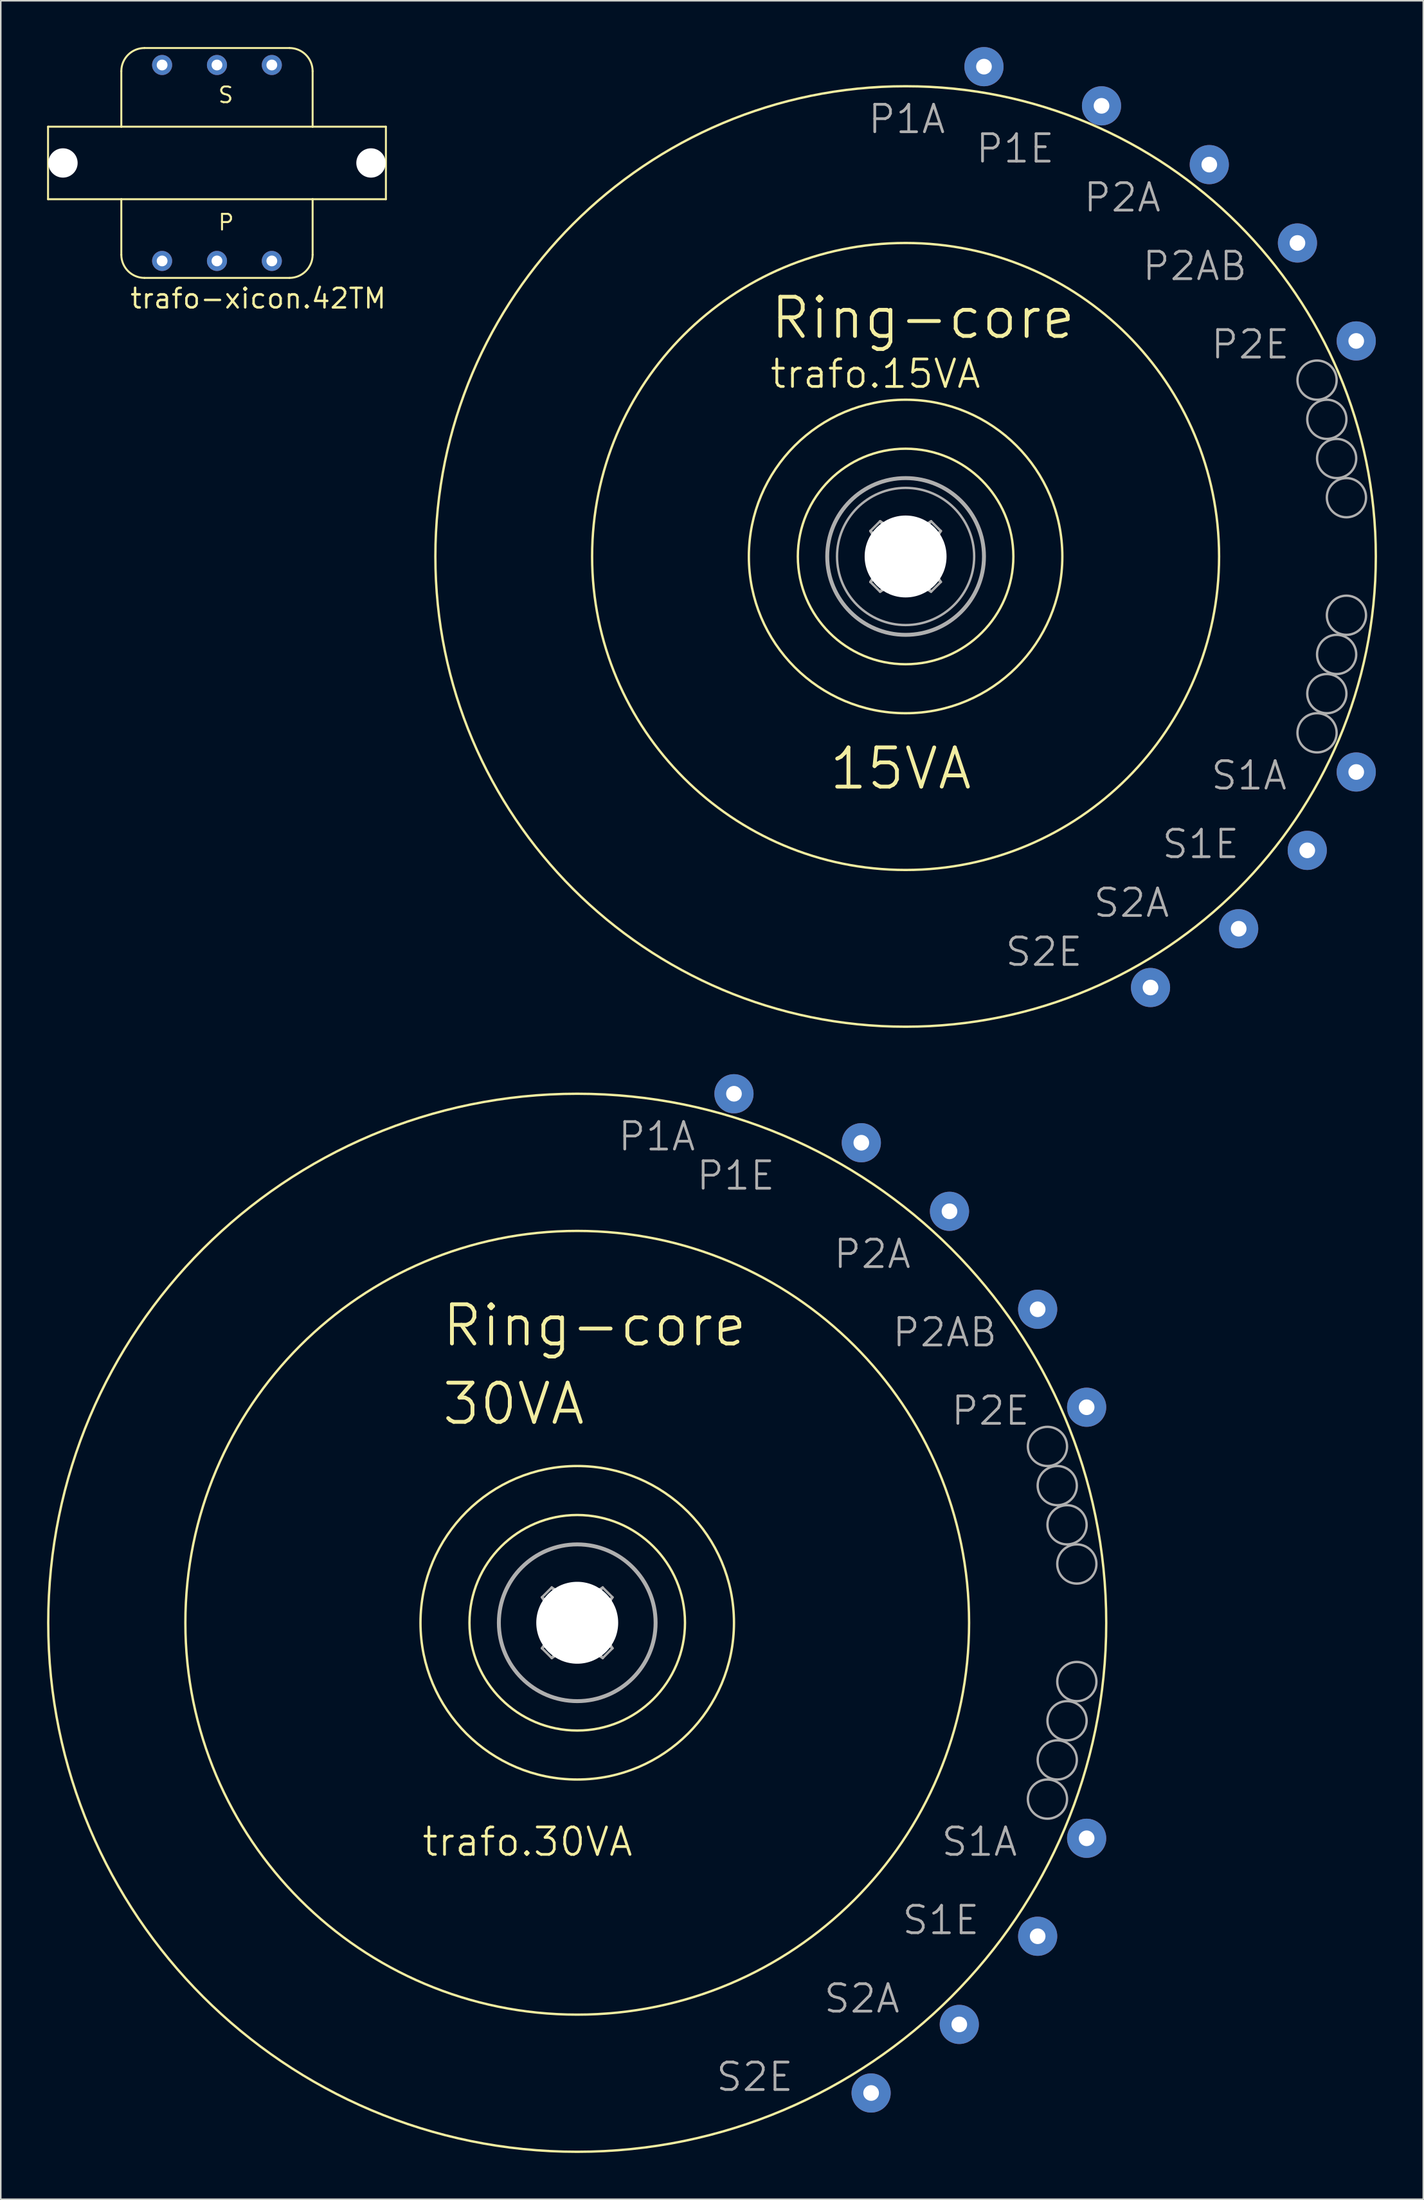
<source format=kicad_pcb>
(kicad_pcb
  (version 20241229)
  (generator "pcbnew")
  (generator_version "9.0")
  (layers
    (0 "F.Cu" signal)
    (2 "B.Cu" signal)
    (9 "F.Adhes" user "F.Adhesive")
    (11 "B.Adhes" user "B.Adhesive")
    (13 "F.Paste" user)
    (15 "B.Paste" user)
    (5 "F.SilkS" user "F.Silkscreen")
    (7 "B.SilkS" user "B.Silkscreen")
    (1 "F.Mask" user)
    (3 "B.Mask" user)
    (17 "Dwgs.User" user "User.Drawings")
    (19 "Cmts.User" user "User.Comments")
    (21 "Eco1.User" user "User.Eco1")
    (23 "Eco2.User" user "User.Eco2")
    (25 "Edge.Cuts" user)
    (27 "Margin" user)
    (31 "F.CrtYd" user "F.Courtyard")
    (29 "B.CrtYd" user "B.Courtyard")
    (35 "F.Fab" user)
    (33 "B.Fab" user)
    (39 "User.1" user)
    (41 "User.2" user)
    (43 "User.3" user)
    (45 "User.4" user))
  (footprint "trafo.30VA"
    (layer "F.Cu")
    (at 34.366 102.136)
    (property "Reference" "trafo.30VA" (at -10.16 15.24 0) (layer "F.SilkS") (effects (font (size 1.778 1.778) (thickness 0.18)) (justify left bottom)))
    (attr through_hole)
    (fp_circle (center 0 0) (end 6.985 0) (stroke (width 0.152) (type default)) (fill no) (layer "F.SilkS"))
    (fp_circle (center 0 0) (end 10.16 0) (stroke (width 0.152) (type default)) (fill no) (layer "F.SilkS"))
    (fp_circle (center 0 0) (end 25.4 0) (stroke (width 0.152) (type default)) (fill no) (layer "F.SilkS"))
    (fp_circle (center 0 0) (end 34.29 0) (stroke (width 0.152) (type default)) (fill no) (layer "F.SilkS"))
    (fp_line (start -2.286 -1.651) (end -1.651 -2.286) (stroke (width 0.152) (type default)) (layer "F.Fab"))
    (fp_line (start -2.286 -1.651) (end -1.27 0) (stroke (width 0.152) (type default)) (layer "F.Fab"))
    (fp_line (start -2.286 1.651) (end -1.651 2.286) (stroke (width 0.152) (type default)) (layer "F.Fab"))
    (fp_line (start -1.651 2.286) (end 0 1.27) (stroke (width 0.152) (type default)) (layer "F.Fab"))
    (fp_line (start -1.27 0) (end -2.286 1.651) (stroke (width 0.152) (type default)) (layer "F.Fab"))
    (fp_line (start -1.27 0) (end -0.635 0) (stroke (width 0.152) (type default)) (layer "F.Fab"))
    (fp_line (start -1.143 -0.762) (end -2.286 -1.651) (stroke (width 0.152) (type default)) (layer "F.Fab"))
    (fp_line (start -1.143 0.762) (end -2.286 1.651) (stroke (width 0.152) (type default)) (layer "F.Fab"))
    (fp_line (start -0.762 -1.143) (end -1.651 -2.286) (stroke (width 0.152) (type default)) (layer "F.Fab"))
    (fp_line (start -0.762 -1.143) (end -1.143 -0.762) (stroke (width 0.152) (type default)) (layer "F.Fab"))
    (fp_line (start -0.762 1.143) (end -1.651 2.286) (stroke (width 0.152) (type default)) (layer "F.Fab"))
    (fp_line (start -0.762 1.143) (end -1.143 0.762) (stroke (width 0.152) (type default)) (layer "F.Fab"))
    (fp_line (start -0.635 0) (end -1.143 -0.762) (stroke (width 0.152) (type default)) (layer "F.Fab"))
    (fp_line (start -0.635 0) (end -1.143 0.762) (stroke (width 0.152) (type default)) (layer "F.Fab"))
    (fp_line (start 0 -1.27) (end -1.651 -2.286) (stroke (width 0.152) (type default)) (layer "F.Fab"))
    (fp_line (start 0 -1.27) (end 0 -0.635) (stroke (width 0.152) (type default)) (layer "F.Fab"))
    (fp_line (start 0 -0.635) (end -0.762 -1.143) (stroke (width 0.152) (type default)) (layer "F.Fab"))
    (fp_line (start 0 -0.635) (end 0.762 -1.143) (stroke (width 0.152) (type default)) (layer "F.Fab"))
    (fp_line (start 0 0.635) (end -0.762 1.143) (stroke (width 0.152) (type default)) (layer "F.Fab"))
    (fp_line (start 0 0.635) (end 0.762 1.143) (stroke (width 0.152) (type default)) (layer "F.Fab"))
    (fp_line (start 0 1.27) (end 0 0.635) (stroke (width 0.152) (type default)) (layer "F.Fab"))
    (fp_line (start 0 1.27) (end 1.651 2.286) (stroke (width 0.152) (type default)) (layer "F.Fab"))
    (fp_line (start 0.635 0) (end 1.143 -0.762) (stroke (width 0.152) (type default)) (layer "F.Fab"))
    (fp_line (start 0.635 0) (end 1.143 0.762) (stroke (width 0.152) (type default)) (layer "F.Fab"))
    (fp_line (start 0.762 -1.143) (end 1.143 -0.762) (stroke (width 0.152) (type default)) (layer "F.Fab"))
    (fp_line (start 0.762 -1.143) (end 1.651 -2.286) (stroke (width 0.152) (type default)) (layer "F.Fab"))
    (fp_line (start 0.762 1.143) (end 1.651 2.286) (stroke (width 0.152) (type default)) (layer "F.Fab"))
    (fp_line (start 1.143 -0.762) (end 2.286 -1.651) (stroke (width 0.152) (type default)) (layer "F.Fab"))
    (fp_line (start 1.143 0.762) (end 0.762 1.143) (stroke (width 0.152) (type default)) (layer "F.Fab"))
    (fp_line (start 1.143 0.762) (end 2.286 1.651) (stroke (width 0.152) (type default)) (layer "F.Fab"))
    (fp_line (start 1.27 0) (end 0.635 0) (stroke (width 0.152) (type default)) (layer "F.Fab"))
    (fp_line (start 1.27 0) (end 2.286 -1.651) (stroke (width 0.152) (type default)) (layer "F.Fab"))
    (fp_line (start 1.651 -2.286) (end 0 -1.27) (stroke (width 0.152) (type default)) (layer "F.Fab"))
    (fp_line (start 1.651 -2.286) (end 2.286 -1.651) (stroke (width 0.152) (type default)) (layer "F.Fab"))
    (fp_line (start 1.651 2.286) (end 2.286 1.651) (stroke (width 0.152) (type default)) (layer "F.Fab"))
    (fp_line (start 2.286 1.651) (end 1.27 0) (stroke (width 0.152) (type default)) (layer "F.Fab"))
    (fp_circle (center 0 0) (end 5.08 0) (stroke (width 0.254) (type default)) (fill no) (layer "F.Fab"))
    (fp_circle (center 30.48 -11.43) (end 31.75 -11.43) (stroke (width 0.152) (type default)) (fill no) (layer "F.Fab"))
    (fp_circle (center 30.48 11.43) (end 31.75 11.43) (stroke (width 0.152) (type default)) (fill no) (layer "F.Fab"))
    (fp_circle (center 31.115 -8.89) (end 32.385 -8.89) (stroke (width 0.152) (type default)) (fill no) (layer "F.Fab"))
    (fp_circle (center 31.115 8.89) (end 32.385 8.89) (stroke (width 0.152) (type default)) (fill no) (layer "F.Fab"))
    (fp_circle (center 31.75 -6.35) (end 33.02 -6.35) (stroke (width 0.152) (type default)) (fill no) (layer "F.Fab"))
    (fp_circle (center 31.75 6.35) (end 33.02 6.35) (stroke (width 0.152) (type default)) (fill no) (layer "F.Fab"))
    (fp_circle (center 32.385 -3.81) (end 33.655 -3.81) (stroke (width 0.152) (type default)) (fill no) (layer "F.Fab"))
    (fp_circle (center 32.385 3.81) (end 33.655 3.81) (stroke (width 0.152) (type default)) (fill no) (layer "F.Fab"))
    (fp_text user "30VA" (at -8.89 -12.7 0) (layer "F.SilkS") (effects (font (size 2.54 2.54) (thickness 0.25)) (justify left bottom)))
    (fp_text user "Ring-core" (at -8.89 -17.78 0) (layer "F.SilkS") (effects (font (size 2.54 2.54) (thickness 0.25)) (justify left bottom)))
    (fp_text user "P2E" (at 24.13 -12.7 0) (layer "F.Fab") (effects (font (size 1.778 1.778) (thickness 0.18)) (justify left bottom)))
    (fp_text user "S2E" (at 8.89 30.48 0) (layer "F.Fab") (effects (font (size 1.778 1.778) (thickness 0.18)) (justify left bottom)))
    (fp_text user "P2AB" (at 20.32 -17.78 0) (layer "F.Fab") (effects (font (size 1.778 1.778) (thickness 0.18)) (justify left bottom)))
    (fp_text user "S1E" (at 20.955 20.32 0) (layer "F.Fab") (effects (font (size 1.778 1.778) (thickness 0.18)) (justify left bottom)))
    (fp_text user "P2A" (at 16.51 -22.86 0) (layer "F.Fab") (effects (font (size 1.778 1.778) (thickness 0.18)) (justify left bottom)))
    (fp_text user "S2A" (at 15.875 25.4 0) (layer "F.Fab") (effects (font (size 1.778 1.778) (thickness 0.18)) (justify left bottom)))
    (fp_text user "P1A" (at 2.54 -30.48 0) (layer "F.Fab") (effects (font (size 1.778 1.778) (thickness 0.18)) (justify left bottom)))
    (fp_text user "P1E" (at 7.62 -27.94 0) (layer "F.Fab") (effects (font (size 1.778 1.778) (thickness 0.18)) (justify left bottom)))
    (fp_text user "S1A" (at 23.495 15.24 0) (layer "F.Fab") (effects (font (size 1.778 1.778) (thickness 0.18)) (justify left bottom)))
    (pad "" np_thru_hole circle (at 0 0) (size 5.309 5.309) (drill 5.309) (layers "*.Cu" "*.Mask"))
    (pad "1" thru_hole circle (at 10.16 -34.29) (size 2.54 2.54) (drill 1.016) (layers "*.Cu" "*.Mask"))
    (pad "2" thru_hole circle (at 18.415 -31.115) (size 2.54 2.54) (drill 1.016) (layers "*.Cu" "*.Mask"))
    (pad "3" thru_hole circle (at 24.13 -26.67) (size 2.54 2.54) (drill 1.016) (layers "*.Cu" "*.Mask"))
    (pad "4" thru_hole circle (at 29.845 -20.32) (size 2.54 2.54) (drill 1.016) (layers "*.Cu" "*.Mask"))
    (pad "5" thru_hole circle (at 33.02 -13.97) (size 2.54 2.54) (drill 1.016) (layers "*.Cu" "*.Mask"))
    (pad "6" thru_hole circle (at 33.02 13.97) (size 2.54 2.54) (drill 1.016) (layers "*.Cu" "*.Mask"))
    (pad "7" thru_hole circle (at 29.845 20.32) (size 2.54 2.54) (drill 1.016) (layers "*.Cu" "*.Mask"))
    (pad "8" thru_hole circle (at 24.765 26.035) (size 2.54 2.54) (drill 1.016) (layers "*.Cu" "*.Mask"))
    (pad "9" thru_hole circle (at 19.05 30.48) (size 2.54 2.54) (drill 1.016) (layers "*.Cu" "*.Mask")))
  (footprint "trafo-xicon.42TM"
    (layer "F.Cu")
    (at 11.014 7.513)
    (property "Reference" "trafo-xicon.42TM" (at -5.715 9.525 0) (layer "F.SilkS") (effects (font (size 1.27 1.27) (thickness 0.16)) (justify left bottom)))
    (attr through_hole)
    (fp_line (start -10.95 -2.35) (end -10.95 2.35) (stroke (width 0.127) (type default)) (layer "F.SilkS"))
    (fp_line (start -10.95 -2.35) (end -6.2 -2.35) (stroke (width 0.127) (type default)) (layer "F.SilkS"))
    (fp_line (start -6.2 -2.35) (end -6.2 -5.95) (stroke (width 0.127) (type default)) (layer "F.SilkS"))
    (fp_line (start -6.2 -2.35) (end 6.2 -2.35) (stroke (width 0.127) (type default)) (layer "F.SilkS"))
    (fp_line (start -6.2 2.35) (end -10.95 2.35) (stroke (width 0.127) (type default)) (layer "F.SilkS"))
    (fp_line (start -6.2 5.95) (end -6.2 2.35) (stroke (width 0.127) (type default)) (layer "F.SilkS"))
    (fp_line (start -4.7 -7.45) (end 4.7 -7.45) (stroke (width 0.127) (type default)) (layer "F.SilkS"))
    (fp_line (start 4.7 7.45) (end -4.7 7.45) (stroke (width 0.127) (type default)) (layer "F.SilkS"))
    (fp_line (start 6.2 -5.95) (end 6.2 -2.35) (stroke (width 0.127) (type default)) (layer "F.SilkS"))
    (fp_line (start 6.2 -2.35) (end 10.95 -2.35) (stroke (width 0.127) (type default)) (layer "F.SilkS"))
    (fp_line (start 6.2 2.35) (end -6.2 2.35) (stroke (width 0.127) (type default)) (layer "F.SilkS"))
    (fp_line (start 6.2 2.35) (end 6.2 5.95) (stroke (width 0.127) (type default)) (layer "F.SilkS"))
    (fp_line (start 10.95 2.35) (end 6.2 2.35) (stroke (width 0.127) (type default)) (layer "F.SilkS"))
    (fp_line (start 10.95 2.35) (end 10.95 -2.35) (stroke (width 0.127) (type default)) (layer "F.SilkS"))
    (fp_arc (start -6.2 -5.95) (mid -5.76066 -7.01066) (end -4.7 -7.45) (stroke (width 0.127) (type default)) (layer "F.SilkS"))
    (fp_arc (start -4.7 7.45) (mid -5.76066 7.01066) (end -6.2 5.95) (stroke (width 0.127) (type default)) (layer "F.SilkS"))
    (fp_arc (start 4.7 -7.45) (mid 5.76066 -7.01066) (end 6.2 -5.95) (stroke (width 0.127) (type default)) (layer "F.SilkS"))
    (fp_arc (start 6.2 5.95) (mid 5.76066 7.01066) (end 4.7 7.45) (stroke (width 0.127) (type default)) (layer "F.SilkS"))
    (fp_text user "P" (at 0 4.445 0) (layer "F.SilkS") (effects (font (size 1.016 1.016) (thickness 0.13)) (justify left bottom)))
    (fp_text user "S" (at 0 -3.81 0) (layer "F.SilkS") (effects (font (size 1.016 1.016) (thickness 0.13)) (justify left bottom)))
    (pad "" np_thru_hole circle (at -9.982 0) (size 1.9 1.9) (drill 1.9) (layers "*.Cu" "*.Mask"))
    (pad "" np_thru_hole circle (at 9.982 0) (size 1.9 1.9) (drill 1.9) (layers "*.Cu" "*.Mask"))
    (pad "1" thru_hole circle (at -3.556 6.35) (size 1.3 1.3) (drill 0.7) (layers "*.Cu" "*.Mask"))
    (pad "2" thru_hole circle (at 0 6.35) (size 1.3 1.3) (drill 0.7) (layers "*.Cu" "*.Mask"))
    (pad "3" thru_hole circle (at 3.556 6.35) (size 1.3 1.3) (drill 0.7) (layers "*.Cu" "*.Mask"))
    (pad "4" thru_hole circle (at 3.556 -6.35 180) (size 1.3 1.3) (drill 0.7) (layers "*.Cu" "*.Mask"))
    (pad "5" thru_hole circle (at 0 -6.35 180) (size 1.3 1.3) (drill 0.7) (layers "*.Cu" "*.Mask"))
    (pad "6" thru_hole circle (at -3.556 -6.35 180) (size 1.3 1.3) (drill 0.7) (layers "*.Cu" "*.Mask")))
  (footprint "trafo.15VA"
    (layer "F.Cu")
    (at 55.651 33.02)
    (property "Reference" "trafo.15VA" (at -8.89 -10.795 0) (layer "F.SilkS") (effects (font (size 1.778 1.778) (thickness 0.18)) (justify left bottom)))
    (attr through_hole)
    (fp_circle (center 0 0) (end 6.985 0) (stroke (width 0.152) (type default)) (fill no) (layer "F.SilkS"))
    (fp_circle (center 0 0) (end 10.16 0) (stroke (width 0.152) (type default)) (fill no) (layer "F.SilkS"))
    (fp_circle (center 0 0) (end 20.32 0) (stroke (width 0.152) (type default)) (fill no) (layer "F.SilkS"))
    (fp_circle (center 0 0) (end 30.48 0) (stroke (width 0.152) (type default)) (fill no) (layer "F.SilkS"))
    (fp_line (start -2.286 -1.651) (end -1.651 -2.286) (stroke (width 0.152) (type default)) (layer "F.Fab"))
    (fp_line (start -2.286 -1.651) (end -1.27 0) (stroke (width 0.152) (type default)) (layer "F.Fab"))
    (fp_line (start -2.286 1.651) (end -1.651 2.286) (stroke (width 0.152) (type default)) (layer "F.Fab"))
    (fp_line (start -1.651 2.286) (end 0 1.27) (stroke (width 0.152) (type default)) (layer "F.Fab"))
    (fp_line (start -1.27 0) (end -2.286 1.651) (stroke (width 0.152) (type default)) (layer "F.Fab"))
    (fp_line (start -1.27 0) (end -0.635 0) (stroke (width 0.152) (type default)) (layer "F.Fab"))
    (fp_line (start -1.143 -0.762) (end -2.286 -1.651) (stroke (width 0.152) (type default)) (layer "F.Fab"))
    (fp_line (start -1.143 0.762) (end -2.286 1.651) (stroke (width 0.152) (type default)) (layer "F.Fab"))
    (fp_line (start -0.762 -1.143) (end -1.651 -2.286) (stroke (width 0.152) (type default)) (layer "F.Fab"))
    (fp_line (start -0.762 -1.143) (end -1.143 -0.762) (stroke (width 0.152) (type default)) (layer "F.Fab"))
    (fp_line (start -0.762 1.143) (end -1.651 2.286) (stroke (width 0.152) (type default)) (layer "F.Fab"))
    (fp_line (start -0.762 1.143) (end -1.143 0.762) (stroke (width 0.152) (type default)) (layer "F.Fab"))
    (fp_line (start -0.635 0) (end -1.143 -0.762) (stroke (width 0.152) (type default)) (layer "F.Fab"))
    (fp_line (start -0.635 0) (end -1.143 0.762) (stroke (width 0.152) (type default)) (layer "F.Fab"))
    (fp_line (start 0 -1.27) (end -1.651 -2.286) (stroke (width 0.152) (type default)) (layer "F.Fab"))
    (fp_line (start 0 -1.27) (end 0 -0.635) (stroke (width 0.152) (type default)) (layer "F.Fab"))
    (fp_line (start 0 -0.635) (end -0.762 -1.143) (stroke (width 0.152) (type default)) (layer "F.Fab"))
    (fp_line (start 0 -0.635) (end 0.762 -1.143) (stroke (width 0.152) (type default)) (layer "F.Fab"))
    (fp_line (start 0 0.635) (end -0.762 1.143) (stroke (width 0.152) (type default)) (layer "F.Fab"))
    (fp_line (start 0 0.635) (end 0.762 1.143) (stroke (width 0.152) (type default)) (layer "F.Fab"))
    (fp_line (start 0 1.27) (end 0 0.635) (stroke (width 0.152) (type default)) (layer "F.Fab"))
    (fp_line (start 0 1.27) (end 1.651 2.286) (stroke (width 0.152) (type default)) (layer "F.Fab"))
    (fp_line (start 0.635 0) (end 1.143 -0.762) (stroke (width 0.152) (type default)) (layer "F.Fab"))
    (fp_line (start 0.635 0) (end 1.143 0.762) (stroke (width 0.152) (type default)) (layer "F.Fab"))
    (fp_line (start 0.762 -1.143) (end 1.143 -0.762) (stroke (width 0.152) (type default)) (layer "F.Fab"))
    (fp_line (start 0.762 -1.143) (end 1.651 -2.286) (stroke (width 0.152) (type default)) (layer "F.Fab"))
    (fp_line (start 0.762 1.143) (end 1.651 2.286) (stroke (width 0.152) (type default)) (layer "F.Fab"))
    (fp_line (start 1.143 -0.762) (end 2.286 -1.651) (stroke (width 0.152) (type default)) (layer "F.Fab"))
    (fp_line (start 1.143 0.762) (end 0.762 1.143) (stroke (width 0.152) (type default)) (layer "F.Fab"))
    (fp_line (start 1.143 0.762) (end 2.286 1.651) (stroke (width 0.152) (type default)) (layer "F.Fab"))
    (fp_line (start 1.27 0) (end 0.635 0) (stroke (width 0.152) (type default)) (layer "F.Fab"))
    (fp_line (start 1.27 0) (end 2.286 -1.651) (stroke (width 0.152) (type default)) (layer "F.Fab"))
    (fp_line (start 1.651 -2.286) (end 0 -1.27) (stroke (width 0.152) (type default)) (layer "F.Fab"))
    (fp_line (start 1.651 -2.286) (end 2.286 -1.651) (stroke (width 0.152) (type default)) (layer "F.Fab"))
    (fp_line (start 1.651 2.286) (end 2.286 1.651) (stroke (width 0.152) (type default)) (layer "F.Fab"))
    (fp_line (start 2.286 1.651) (end 1.27 0) (stroke (width 0.152) (type default)) (layer "F.Fab"))
    (fp_circle (center 0 0) (end 4.445 0) (stroke (width 0.152) (type default)) (fill no) (layer "F.Fab"))
    (fp_circle (center 0 0) (end 5.08 0) (stroke (width 0.254) (type default)) (fill no) (layer "F.Fab"))
    (fp_circle (center 26.67 -11.43) (end 27.94 -11.43) (stroke (width 0.152) (type default)) (fill no) (layer "F.Fab"))
    (fp_circle (center 26.67 11.43) (end 27.94 11.43) (stroke (width 0.152) (type default)) (fill no) (layer "F.Fab"))
    (fp_circle (center 27.305 -8.89) (end 28.575 -8.89) (stroke (width 0.152) (type default)) (fill no) (layer "F.Fab"))
    (fp_circle (center 27.305 8.89) (end 28.575 8.89) (stroke (width 0.152) (type default)) (fill no) (layer "F.Fab"))
    (fp_circle (center 27.94 -6.35) (end 29.21 -6.35) (stroke (width 0.152) (type default)) (fill no) (layer "F.Fab"))
    (fp_circle (center 27.94 6.35) (end 29.21 6.35) (stroke (width 0.152) (type default)) (fill no) (layer "F.Fab"))
    (fp_circle (center 28.575 -3.81) (end 29.845 -3.81) (stroke (width 0.152) (type default)) (fill no) (layer "F.Fab"))
    (fp_circle (center 28.575 3.81) (end 29.845 3.81) (stroke (width 0.152) (type default)) (fill no) (layer "F.Fab"))
    (fp_text user "Ring-core" (at -8.89 -13.97 0) (layer "F.SilkS") (effects (font (size 2.54 2.54) (thickness 0.25)) (justify left bottom)))
    (fp_text user "15VA" (at -5.08 15.24 0) (layer "F.SilkS") (effects (font (size 2.54 2.54) (thickness 0.25)) (justify left bottom)))
    (fp_text user "S2E" (at 6.35 26.67 0) (layer "F.Fab") (effects (font (size 1.778 1.778) (thickness 0.18)) (justify left bottom)))
    (fp_text user "S2A" (at 12.065 23.495 0) (layer "F.Fab") (effects (font (size 1.778 1.778) (thickness 0.18)) (justify left bottom)))
    (fp_text user "P2A" (at 11.43 -22.225 0) (layer "F.Fab") (effects (font (size 1.778 1.778) (thickness 0.18)) (justify left bottom)))
    (fp_text user "P2E" (at 19.685 -12.7 0) (layer "F.Fab") (effects (font (size 1.778 1.778) (thickness 0.18)) (justify left bottom)))
    (fp_text user "S1A" (at 19.685 15.24 0) (layer "F.Fab") (effects (font (size 1.778 1.778) (thickness 0.18)) (justify left bottom)))
    (fp_text user "P2AB" (at 15.24 -17.78 0) (layer "F.Fab") (effects (font (size 1.778 1.778) (thickness 0.18)) (justify left bottom)))
    (fp_text user "P1E" (at 4.445 -25.4 0) (layer "F.Fab") (effects (font (size 1.778 1.778) (thickness 0.18)) (justify left bottom)))
    (fp_text user "S1E" (at 16.51 19.685 0) (layer "F.Fab") (effects (font (size 1.778 1.778) (thickness 0.18)) (justify left bottom)))
    (fp_text user "P1A" (at -2.54 -27.305 0) (layer "F.Fab") (effects (font (size 1.778 1.778) (thickness 0.18)) (justify left bottom)))
    (pad "" np_thru_hole circle (at 0 0) (size 5.309 5.309) (drill 5.309) (layers "*.Cu" "*.Mask"))
    (pad "1" thru_hole circle (at 5.08 -31.75) (size 2.54 2.54) (drill 1.016) (layers "*.Cu" "*.Mask"))
    (pad "2" thru_hole circle (at 12.7 -29.21) (size 2.54 2.54) (drill 1.016) (layers "*.Cu" "*.Mask"))
    (pad "3" thru_hole circle (at 19.685 -25.4) (size 2.54 2.54) (drill 1.016) (layers "*.Cu" "*.Mask"))
    (pad "4" thru_hole circle (at 25.4 -20.32) (size 2.54 2.54) (drill 1.016) (layers "*.Cu" "*.Mask"))
    (pad "5" thru_hole circle (at 29.21 -13.97) (size 2.54 2.54) (drill 1.016) (layers "*.Cu" "*.Mask"))
    (pad "6" thru_hole circle (at 29.21 13.97) (size 2.54 2.54) (drill 1.016) (layers "*.Cu" "*.Mask"))
    (pad "7" thru_hole circle (at 26.035 19.05) (size 2.54 2.54) (drill 1.016) (layers "*.Cu" "*.Mask"))
    (pad "8" thru_hole circle (at 21.59 24.13) (size 2.54 2.54) (drill 1.016) (layers "*.Cu" "*.Mask"))
    (pad "9" thru_hole circle (at 15.875 27.94) (size 2.54 2.54) (drill 1.016) (layers "*.Cu" "*.Mask")))
  (gr_rect
    (start -3 -3)
    (end 89.207 139.502)
    (stroke (width 0.1) (type default))
    (fill no)
    (layer "Edge.Cuts")))
</source>
